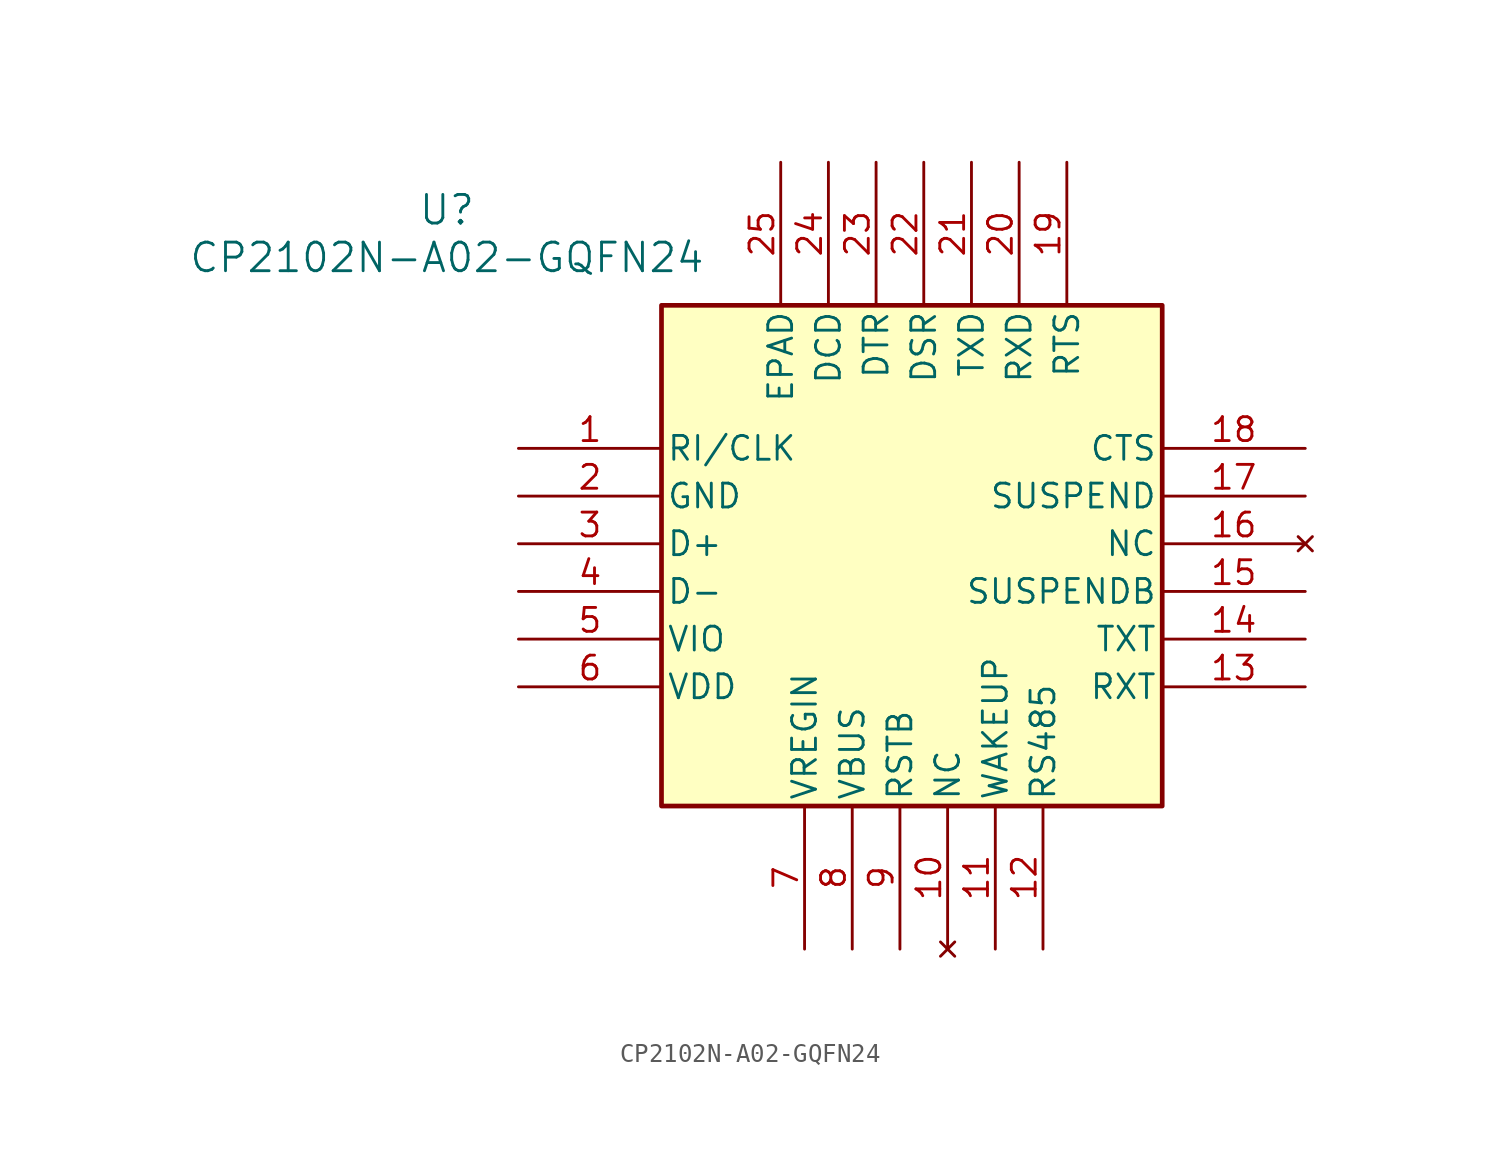
<source format=kicad_sym>
(kicad_symbol_lib
  (version 20231120)
  (generator "kicad_symbol_editor")
  (generator_version "8.0")
  (symbol "CP2102N-A02-GQFN24"
    (pin_names
      (offset 0.254))
    (property "Reference" "U"
      (at -11.43 5.08 0)
      (effects (font (size 1.524 1.524))))
    (property "Value" "CP2102N-A02-GQFN24"
      (at -11.43 2.54 0)
      (effects (font (size 1.524 1.524))))
    (symbol "CP2102N-A02-GQFN24_0_1"
      (pin bidirectional line (at -7.62 -7.62 0) (length 7.62) (name "RI/CLK" (effects (font (size 1.27 1.27)))) (number "1" (effects (font (size 1.27 1.27)))))
      (pin no_connect line (at 15.24 -34.29 90) (length 7.62) (name "NC" (effects (font (size 1.27 1.27)))) (number "10" (effects (font (size 1.27 1.27)))))
      (pin bidirectional line (at 17.78 -34.29 90) (length 7.62) (name "WAKEUP" (effects (font (size 1.27 1.27)))) (number "11" (effects (font (size 1.27 1.27)))))
      (pin bidirectional line (at 20.32 -34.29 90) (length 7.62) (name "RS485" (effects (font (size 1.27 1.27)))) (number "12" (effects (font (size 1.27 1.27)))))
      (pin bidirectional line (at 34.29 -20.32 180) (length 7.62) (name "RXT" (effects (font (size 1.27 1.27)))) (number "13" (effects (font (size 1.27 1.27)))))
      (pin bidirectional line (at 34.29 -17.78 180) (length 7.62) (name "TXT" (effects (font (size 1.27 1.27)))) (number "14" (effects (font (size 1.27 1.27)))))
      (pin output line (at 34.29 -15.24 180) (length 7.62) (name "SUSPENDB" (effects (font (size 1.27 1.27)))) (number "15" (effects (font (size 1.27 1.27)))))
      (pin no_connect line (at 34.29 -12.7 180) (length 7.62) (name "NC" (effects (font (size 1.27 1.27)))) (number "16" (effects (font (size 1.27 1.27)))))
      (pin output line (at 34.29 -10.16 180) (length 7.62) (name "SUSPEND" (effects (font (size 1.27 1.27)))) (number "17" (effects (font (size 1.27 1.27)))))
      (pin input line (at 34.29 -7.62 180) (length 7.62) (name "CTS" (effects (font (size 1.27 1.27)))) (number "18" (effects (font (size 1.27 1.27)))))
      (pin output line (at 21.59 7.62 270) (length 7.62) (name "RTS" (effects (font (size 1.27 1.27)))) (number "19" (effects (font (size 1.27 1.27)))))
      (pin power_out line (at -7.62 -10.16 0) (length 7.62) (name "GND" (effects (font (size 1.27 1.27)))) (number "2" (effects (font (size 1.27 1.27)))))
      (pin input line (at 19.05 7.62 270) (length 7.62) (name "RXD" (effects (font (size 1.27 1.27)))) (number "20" (effects (font (size 1.27 1.27)))))
      (pin output line (at 16.51 7.62 270) (length 7.62) (name "TXD" (effects (font (size 1.27 1.27)))) (number "21" (effects (font (size 1.27 1.27)))))
      (pin input line (at 13.97 7.62 270) (length 7.62) (name "DSR" (effects (font (size 1.27 1.27)))) (number "22" (effects (font (size 1.27 1.27)))))
      (pin output line (at 11.43 7.62 270) (length 7.62) (name "DTR" (effects (font (size 1.27 1.27)))) (number "23" (effects (font (size 1.27 1.27)))))
      (pin input line (at 8.89 7.62 270) (length 7.62) (name "DCD" (effects (font (size 1.27 1.27)))) (number "24" (effects (font (size 1.27 1.27)))))
      (pin power_out line (at 6.35 7.62 270) (length 7.62) (name "EPAD" (effects (font (size 1.27 1.27)))) (number "25" (effects (font (size 1.27 1.27)))))
      (pin bidirectional line (at -7.62 -12.7 0) (length 7.62) (name "D+" (effects (font (size 1.27 1.27)))) (number "3" (effects (font (size 1.27 1.27)))))
      (pin bidirectional line (at -7.62 -15.24 0) (length 7.62) (name "D-" (effects (font (size 1.27 1.27)))) (number "4" (effects (font (size 1.27 1.27)))))
      (pin power_in line (at -7.62 -17.78 0) (length 7.62) (name "VIO" (effects (font (size 1.27 1.27)))) (number "5" (effects (font (size 1.27 1.27)))))
      (pin power_in line (at -7.62 -20.32 0) (length 7.62) (name "VDD" (effects (font (size 1.27 1.27)))) (number "6" (effects (font (size 1.27 1.27)))))
      (pin input line (at 7.62 -34.29 90) (length 7.62) (name "VREGIN" (effects (font (size 1.27 1.27)))) (number "7" (effects (font (size 1.27 1.27)))))
      (pin bidirectional line (at 10.16 -34.29 90) (length 7.62) (name "VBUS" (effects (font (size 1.27 1.27)))) (number "8" (effects (font (size 1.27 1.27)))))
      (pin unspecified line (at 12.7 -34.29 90) (length 7.62) (name "RSTB" (effects (font (size 1.27 1.27)))) (number "9" (effects (font (size 1.27 1.27))))))
    (symbol "CP2102N-A02-GQFN24_1_1"
      (rectangle (start 0 0) (end 26.67 -26.67) (stroke (width 0.25) (type default)) (fill (type background))))))
</source>
